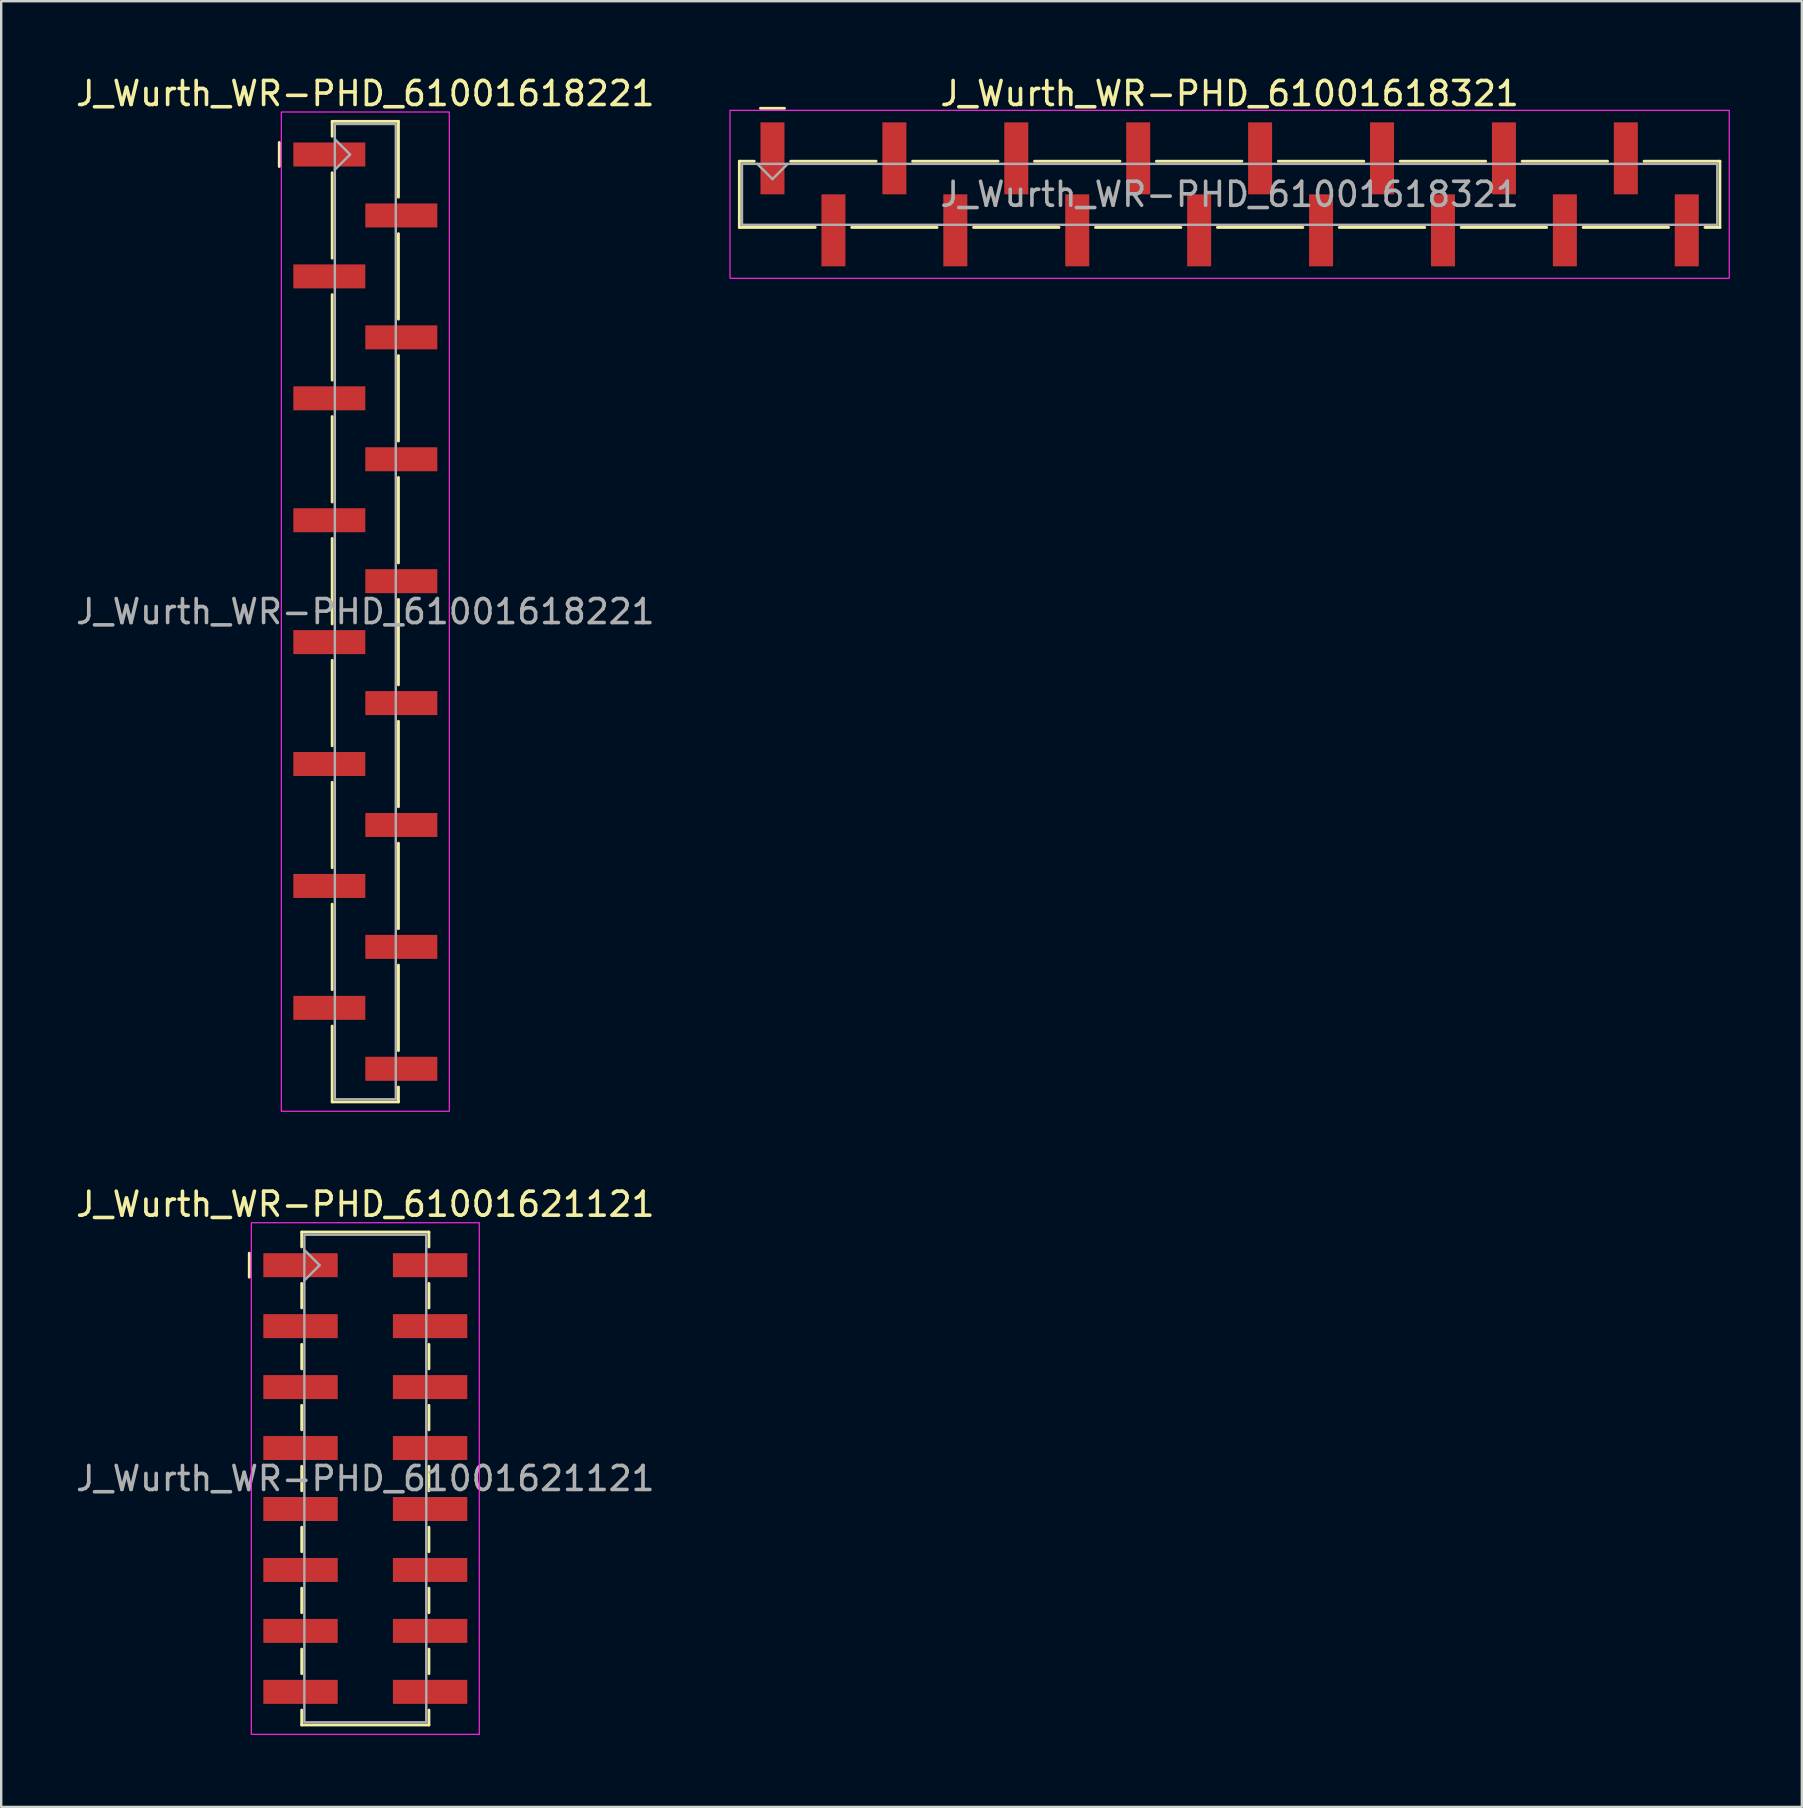
<source format=kicad_pcb>
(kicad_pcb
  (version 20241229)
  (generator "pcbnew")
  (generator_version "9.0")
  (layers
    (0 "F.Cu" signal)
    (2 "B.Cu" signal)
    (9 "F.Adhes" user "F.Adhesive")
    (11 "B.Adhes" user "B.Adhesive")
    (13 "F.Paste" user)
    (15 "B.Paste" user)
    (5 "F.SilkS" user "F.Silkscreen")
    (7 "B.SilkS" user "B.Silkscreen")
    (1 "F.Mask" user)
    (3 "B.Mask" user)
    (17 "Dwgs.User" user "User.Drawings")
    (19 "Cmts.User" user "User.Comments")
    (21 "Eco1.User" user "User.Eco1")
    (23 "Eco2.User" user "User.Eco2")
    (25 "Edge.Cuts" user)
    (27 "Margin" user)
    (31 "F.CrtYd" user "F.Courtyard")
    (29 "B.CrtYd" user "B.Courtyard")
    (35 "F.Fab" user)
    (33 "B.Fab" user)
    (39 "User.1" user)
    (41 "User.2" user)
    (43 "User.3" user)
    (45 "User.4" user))
  (footprint "J_Wurth_WR-PHD_61001618321"
    (layer "F.Cu")
    (at 48.19 5.048)
    (property "Reference" "J_Wurth_WR-PHD_61001618321" (at 0 -4.2 0) (unlocked yes) (layer "F.SilkS") (effects (font (size 1 1) (thickness 0.15))))
    (attr smd)
    (fp_line (start -20.43 -1.38) (end -20.43 1.38) (stroke (width 0.12) (type solid)) (layer "F.SilkS"))
    (fp_line (start -20.43 -1.38) (end -19.81 -1.38) (stroke (width 0.12) (type solid)) (layer "F.SilkS"))
    (fp_line (start -20.43 1.38) (end -17.27 1.38) (stroke (width 0.12) (type solid)) (layer "F.SilkS"))
    (fp_line (start -19.55 -3.585) (end -18.55 -3.585) (stroke (width 0.12) (type solid)) (layer "F.SilkS"))
    (fp_line (start -18.29 -1.38) (end -14.73 -1.38) (stroke (width 0.12) (type solid)) (layer "F.SilkS"))
    (fp_line (start -13.21 -1.38) (end -9.65 -1.38) (stroke (width 0.12) (type solid)) (layer "F.SilkS"))
    (fp_line (start -12.19 1.38) (end -15.75 1.38) (stroke (width 0.12) (type solid)) (layer "F.SilkS"))
    (fp_line (start -10.67 1.38) (end -7.11 1.38) (stroke (width 0.12) (type solid)) (layer "F.SilkS"))
    (fp_line (start -8.13 -1.38) (end -4.57 -1.38) (stroke (width 0.12) (type solid)) (layer "F.SilkS"))
    (fp_line (start -5.59 1.38) (end -2.03 1.38) (stroke (width 0.12) (type solid)) (layer "F.SilkS"))
    (fp_line (start -3.05 -1.38) (end 0.51 -1.38) (stroke (width 0.12) (type solid)) (layer "F.SilkS"))
    (fp_line (start -0.51 1.38) (end 3.05 1.38) (stroke (width 0.12) (type solid)) (layer "F.SilkS"))
    (fp_line (start 2.03 -1.38) (end 5.59 -1.38) (stroke (width 0.12) (type solid)) (layer "F.SilkS"))
    (fp_line (start 4.57 1.38) (end 8.13 1.38) (stroke (width 0.12) (type solid)) (layer "F.SilkS"))
    (fp_line (start 7.11 -1.38) (end 10.67 -1.38) (stroke (width 0.12) (type solid)) (layer "F.SilkS"))
    (fp_line (start 9.65 1.38) (end 13.21 1.38) (stroke (width 0.12) (type solid)) (layer "F.SilkS"))
    (fp_line (start 12.19 -1.38) (end 15.75 -1.38) (stroke (width 0.12) (type solid)) (layer "F.SilkS"))
    (fp_line (start 14.73 1.38) (end 18.29 1.38) (stroke (width 0.12) (type solid)) (layer "F.SilkS"))
    (fp_line (start 20.43 -1.38) (end 17.27 -1.38) (stroke (width 0.12) (type solid)) (layer "F.SilkS"))
    (fp_line (start 20.43 -1.38) (end 20.43 1.38) (stroke (width 0.12) (type solid)) (layer "F.SilkS"))
    (fp_line (start 20.43 1.38) (end 19.81 1.38) (stroke (width 0.12) (type solid)) (layer "F.SilkS"))
    (fp_rect (start -20.82 -3.5) (end 20.82 3.5) (stroke (width 0.05) (type solid)) (fill no) (layer "F.CrtYd"))
    (fp_line (start -19.685 -1.27) (end -19.05 -0.635) (stroke (width 0.1) (type default)) (layer "F.Fab"))
    (fp_line (start -19.05 -0.635) (end -18.415 -1.27) (stroke (width 0.1) (type default)) (layer "F.Fab"))
    (fp_rect (start -20.32 -1.27) (end 20.32 1.27) (stroke (width 0.1) (type solid)) (fill no) (layer "F.Fab"))
    (fp_text user "${REFERENCE}" (at 0 0 0) (unlocked yes) (layer "F.Fab") (effects (font (size 1 1) (thickness 0.15))))
    (pad "1" smd rect (at -19.05 -1.5) (size 1 3) (layers "F.Cu" "F.Mask" "F.Paste"))
    (pad "2" smd rect (at -16.51 1.5) (size 1 3) (layers "F.Cu" "F.Mask" "F.Paste"))
    (pad "3" smd rect (at -13.97 -1.5) (size 1 3) (layers "F.Cu" "F.Mask" "F.Paste"))
    (pad "4" smd rect (at -11.43 1.5) (size 1 3) (layers "F.Cu" "F.Mask" "F.Paste"))
    (pad "5" smd rect (at -8.89 -1.5) (size 1 3) (layers "F.Cu" "F.Mask" "F.Paste"))
    (pad "6" smd rect (at -6.35 1.5) (size 1 3) (layers "F.Cu" "F.Mask" "F.Paste"))
    (pad "7" smd rect (at -3.81 -1.5) (size 1 3) (layers "F.Cu" "F.Mask" "F.Paste"))
    (pad "8" smd rect (at -1.27 1.5) (size 1 3) (layers "F.Cu" "F.Mask" "F.Paste"))
    (pad "9" smd rect (at 1.27 -1.5) (size 1 3) (layers "F.Cu" "F.Mask" "F.Paste"))
    (pad "10" smd rect (at 3.81 1.5) (size 1 3) (layers "F.Cu" "F.Mask" "F.Paste"))
    (pad "11" smd rect (at 6.35 -1.5) (size 1 3) (layers "F.Cu" "F.Mask" "F.Paste"))
    (pad "12" smd rect (at 8.89 1.5) (size 1 3) (layers "F.Cu" "F.Mask" "F.Paste"))
    (pad "13" smd rect (at 11.43 -1.5) (size 1 3) (layers "F.Cu" "F.Mask" "F.Paste"))
    (pad "14" smd rect (at 13.97 1.5) (size 1 3) (layers "F.Cu" "F.Mask" "F.Paste"))
    (pad "15" smd rect (at 16.51 -1.5) (size 1 3) (layers "F.Cu" "F.Mask" "F.Paste"))
    (pad "16" smd rect (at 19.05 1.5) (size 1 3) (layers "F.Cu" "F.Mask" "F.Paste")))
  (footprint "J_Wurth_WR-PHD_61001621121"
    (layer "F.Cu")
    (at 12.173 58.562)
    (property "Reference" "J_Wurth_WR-PHD_61001621121" (at 0 -11.43 0) (unlocked yes) (layer "F.SilkS") (effects (font (size 1 1) (thickness 0.15))))
    (attr smd)
    (fp_line (start -4.835 -9.39) (end -4.835 -8.39) (stroke (width 0.12) (type solid)) (layer "F.SilkS"))
    (fp_line (start -2.65 -9.65) (end -2.65 -10.27) (stroke (width 0.12) (type solid)) (layer "F.SilkS"))
    (fp_line (start -2.65 -8.13) (end -2.65 -7.11) (stroke (width 0.12) (type solid)) (layer "F.SilkS"))
    (fp_line (start -2.65 -5.59) (end -2.65 -4.57) (stroke (width 0.12) (type solid)) (layer "F.SilkS"))
    (fp_line (start -2.65 -3.05) (end -2.65 -2.03) (stroke (width 0.12) (type solid)) (layer "F.SilkS"))
    (fp_line (start -2.65 -0.51) (end -2.65 0.51) (stroke (width 0.12) (type solid)) (layer "F.SilkS"))
    (fp_line (start -2.65 2.03) (end -2.65 3.05) (stroke (width 0.12) (type solid)) (layer "F.SilkS"))
    (fp_line (start -2.65 4.57) (end -2.65 5.59) (stroke (width 0.12) (type solid)) (layer "F.SilkS"))
    (fp_line (start -2.65 7.11) (end -2.65 8.13) (stroke (width 0.12) (type solid)) (layer "F.SilkS"))
    (fp_line (start -2.65 9.65) (end -2.65 10.27) (stroke (width 0.12) (type solid)) (layer "F.SilkS"))
    (fp_line (start 2.65 -10.27) (end -2.65 -10.27) (stroke (width 0.12) (type solid)) (layer "F.SilkS"))
    (fp_line (start 2.65 -10.27) (end 2.65 -9.65) (stroke (width 0.12) (type solid)) (layer "F.SilkS"))
    (fp_line (start 2.65 -8.13) (end 2.65 -7.11) (stroke (width 0.12) (type solid)) (layer "F.SilkS"))
    (fp_line (start 2.65 -5.59) (end 2.65 -4.57) (stroke (width 0.12) (type solid)) (layer "F.SilkS"))
    (fp_line (start 2.65 -3.05) (end 2.65 -2.03) (stroke (width 0.12) (type solid)) (layer "F.SilkS"))
    (fp_line (start 2.65 -0.51) (end 2.65 0.51) (stroke (width 0.12) (type solid)) (layer "F.SilkS"))
    (fp_line (start 2.65 2.03) (end 2.65 3.05) (stroke (width 0.12) (type solid)) (layer "F.SilkS"))
    (fp_line (start 2.65 4.57) (end 2.65 5.59) (stroke (width 0.12) (type solid)) (layer "F.SilkS"))
    (fp_line (start 2.65 7.11) (end 2.65 8.13) (stroke (width 0.12) (type solid)) (layer "F.SilkS"))
    (fp_line (start 2.65 9.65) (end 2.65 10.27) (stroke (width 0.12) (type solid)) (layer "F.SilkS"))
    (fp_line (start 2.65 10.27) (end -2.65 10.27) (stroke (width 0.12) (type solid)) (layer "F.SilkS"))
    (fp_rect (start -4.75 -10.66) (end 4.75 10.66) (stroke (width 0.05) (type solid)) (fill no) (layer "F.CrtYd"))
    (fp_line (start -2.54 -9.525) (end -1.905 -8.89) (stroke (width 0.1) (type default)) (layer "F.Fab"))
    (fp_line (start -1.905 -8.89) (end -2.54 -8.255) (stroke (width 0.1) (type default)) (layer "F.Fab"))
    (fp_rect (start -2.54 -10.16) (end 2.54 10.16) (stroke (width 0.1) (type solid)) (fill no) (layer "F.Fab"))
    (fp_text user "${REFERENCE}" (at 0 0 0) (unlocked yes) (layer "F.Fab") (effects (font (size 1 1) (thickness 0.15))))
    (pad "1" smd rect (at -2.7 -8.89 270) (size 1 3.1) (layers "F.Cu" "F.Mask" "F.Paste"))
    (pad "2" smd rect (at 2.7 -8.89 270) (size 1 3.1) (layers "F.Cu" "F.Mask" "F.Paste"))
    (pad "3" smd rect (at -2.7 -6.35 270) (size 1 3.1) (layers "F.Cu" "F.Mask" "F.Paste"))
    (pad "4" smd rect (at 2.7 -6.35 270) (size 1 3.1) (layers "F.Cu" "F.Mask" "F.Paste"))
    (pad "5" smd rect (at -2.7 -3.81 270) (size 1 3.1) (layers "F.Cu" "F.Mask" "F.Paste"))
    (pad "6" smd rect (at 2.7 -3.81 270) (size 1 3.1) (layers "F.Cu" "F.Mask" "F.Paste"))
    (pad "7" smd rect (at -2.7 -1.27 270) (size 1 3.1) (layers "F.Cu" "F.Mask" "F.Paste"))
    (pad "8" smd rect (at 2.7 -1.27 270) (size 1 3.1) (layers "F.Cu" "F.Mask" "F.Paste"))
    (pad "9" smd rect (at -2.7 1.27 270) (size 1 3.1) (layers "F.Cu" "F.Mask" "F.Paste"))
    (pad "10" smd rect (at 2.7 1.27 270) (size 1 3.1) (layers "F.Cu" "F.Mask" "F.Paste"))
    (pad "11" smd rect (at -2.7 3.81 270) (size 1 3.1) (layers "F.Cu" "F.Mask" "F.Paste"))
    (pad "12" smd rect (at 2.7 3.81 270) (size 1 3.1) (layers "F.Cu" "F.Mask" "F.Paste"))
    (pad "13" smd rect (at -2.7 6.35 270) (size 1 3.1) (layers "F.Cu" "F.Mask" "F.Paste"))
    (pad "14" smd rect (at 2.7 6.35 270) (size 1 3.1) (layers "F.Cu" "F.Mask" "F.Paste"))
    (pad "15" smd rect (at -2.7 8.89 270) (size 1 3.1) (layers "F.Cu" "F.Mask" "F.Paste"))
    (pad "16" smd rect (at 2.7 8.89 270) (size 1 3.1) (layers "F.Cu" "F.Mask" "F.Paste")))
  (footprint "J_Wurth_WR-PHD_61001618221"
    (layer "F.Cu")
    (at 12.173 22.438)
    (property "Reference" "J_Wurth_WR-PHD_61001618221" (at 0 -21.59 0) (unlocked yes) (layer "F.SilkS") (effects (font (size 1 1) (thickness 0.15))))
    (attr smd)
    (fp_line (start -3.585 -19.55) (end -3.585 -18.55) (stroke (width 0.12) (type solid)) (layer "F.SilkS"))
    (fp_line (start -1.38 -20.43) (end -1.38 -19.81) (stroke (width 0.12) (type solid)) (layer "F.SilkS"))
    (fp_line (start -1.38 -20.43) (end 1.38 -20.43) (stroke (width 0.12) (type solid)) (layer "F.SilkS"))
    (fp_line (start -1.38 -18.29) (end -1.38 -14.73) (stroke (width 0.12) (type solid)) (layer "F.SilkS"))
    (fp_line (start -1.38 -13.21) (end -1.38 -9.65) (stroke (width 0.12) (type solid)) (layer "F.SilkS"))
    (fp_line (start -1.38 -8.13) (end -1.38 -4.57) (stroke (width 0.12) (type solid)) (layer "F.SilkS"))
    (fp_line (start -1.38 -3.05) (end -1.38 0.51) (stroke (width 0.12) (type solid)) (layer "F.SilkS"))
    (fp_line (start -1.38 2.03) (end -1.38 5.59) (stroke (width 0.12) (type solid)) (layer "F.SilkS"))
    (fp_line (start -1.38 7.11) (end -1.38 10.67) (stroke (width 0.12) (type solid)) (layer "F.SilkS"))
    (fp_line (start -1.38 12.19) (end -1.38 15.75) (stroke (width 0.12) (type solid)) (layer "F.SilkS"))
    (fp_line (start -1.38 20.43) (end -1.38 17.27) (stroke (width 0.12) (type solid)) (layer "F.SilkS"))
    (fp_line (start -1.38 20.43) (end 1.38 20.43) (stroke (width 0.12) (type solid)) (layer "F.SilkS"))
    (fp_line (start 1.38 -20.43) (end 1.38 -17.27) (stroke (width 0.12) (type solid)) (layer "F.SilkS"))
    (fp_line (start 1.38 -12.19) (end 1.38 -15.75) (stroke (width 0.12) (type solid)) (layer "F.SilkS"))
    (fp_line (start 1.38 -10.67) (end 1.38 -7.11) (stroke (width 0.12) (type solid)) (layer "F.SilkS"))
    (fp_line (start 1.38 -5.59) (end 1.38 -2.03) (stroke (width 0.12) (type solid)) (layer "F.SilkS"))
    (fp_line (start 1.38 -0.51) (end 1.38 3.05) (stroke (width 0.12) (type solid)) (layer "F.SilkS"))
    (fp_line (start 1.38 4.57) (end 1.38 8.13) (stroke (width 0.12) (type solid)) (layer "F.SilkS"))
    (fp_line (start 1.38 9.65) (end 1.38 13.21) (stroke (width 0.12) (type solid)) (layer "F.SilkS"))
    (fp_line (start 1.38 14.73) (end 1.38 18.29) (stroke (width 0.12) (type solid)) (layer "F.SilkS"))
    (fp_line (start 1.38 20.43) (end 1.38 19.81) (stroke (width 0.12) (type solid)) (layer "F.SilkS"))
    (fp_rect (start -3.5 -20.82) (end 3.5 20.82) (stroke (width 0.05) (type solid)) (fill no) (layer "F.CrtYd"))
    (fp_line (start -1.27 -19.685) (end -0.635 -19.05) (stroke (width 0.1) (type default)) (layer "F.Fab"))
    (fp_line (start -0.635 -19.05) (end -1.27 -18.415) (stroke (width 0.1) (type default)) (layer "F.Fab"))
    (fp_rect (start -1.27 -20.32) (end 1.27 20.32) (stroke (width 0.1) (type solid)) (fill no) (layer "F.Fab"))
    (fp_text user "${REFERENCE}" (at 0 0 0) (unlocked yes) (layer "F.Fab") (effects (font (size 1 1) (thickness 0.15))))
    (pad "1" smd rect (at -1.5 -19.05 270) (size 1 3) (layers "F.Cu" "F.Mask" "F.Paste"))
    (pad "2" smd rect (at 1.5 -16.51 270) (size 1 3) (layers "F.Cu" "F.Mask" "F.Paste"))
    (pad "3" smd rect (at -1.5 -13.97 270) (size 1 3) (layers "F.Cu" "F.Mask" "F.Paste"))
    (pad "4" smd rect (at 1.5 -11.43 270) (size 1 3) (layers "F.Cu" "F.Mask" "F.Paste"))
    (pad "5" smd rect (at -1.5 -8.89 270) (size 1 3) (layers "F.Cu" "F.Mask" "F.Paste"))
    (pad "6" smd rect (at 1.5 -6.35 270) (size 1 3) (layers "F.Cu" "F.Mask" "F.Paste"))
    (pad "7" smd rect (at -1.5 -3.81 270) (size 1 3) (layers "F.Cu" "F.Mask" "F.Paste"))
    (pad "8" smd rect (at 1.5 -1.27 270) (size 1 3) (layers "F.Cu" "F.Mask" "F.Paste"))
    (pad "9" smd rect (at -1.5 1.27 270) (size 1 3) (layers "F.Cu" "F.Mask" "F.Paste"))
    (pad "10" smd rect (at 1.5 3.81 270) (size 1 3) (layers "F.Cu" "F.Mask" "F.Paste"))
    (pad "11" smd rect (at -1.5 6.35 270) (size 1 3) (layers "F.Cu" "F.Mask" "F.Paste"))
    (pad "12" smd rect (at 1.5 8.89 270) (size 1 3) (layers "F.Cu" "F.Mask" "F.Paste"))
    (pad "13" smd rect (at -1.5 11.43 270) (size 1 3) (layers "F.Cu" "F.Mask" "F.Paste"))
    (pad "14" smd rect (at 1.5 13.97 270) (size 1 3) (layers "F.Cu" "F.Mask" "F.Paste"))
    (pad "15" smd rect (at -1.5 16.51 270) (size 1 3) (layers "F.Cu" "F.Mask" "F.Paste"))
    (pad "16" smd rect (at 1.5 19.05 270) (size 1 3) (layers "F.Cu" "F.Mask" "F.Paste")))
  (gr_rect
    (start -3 -3)
    (end 72.035 72.246)
    (stroke (width 0.1) (type default))
    (fill no)
    (layer "Edge.Cuts")))
</source>
